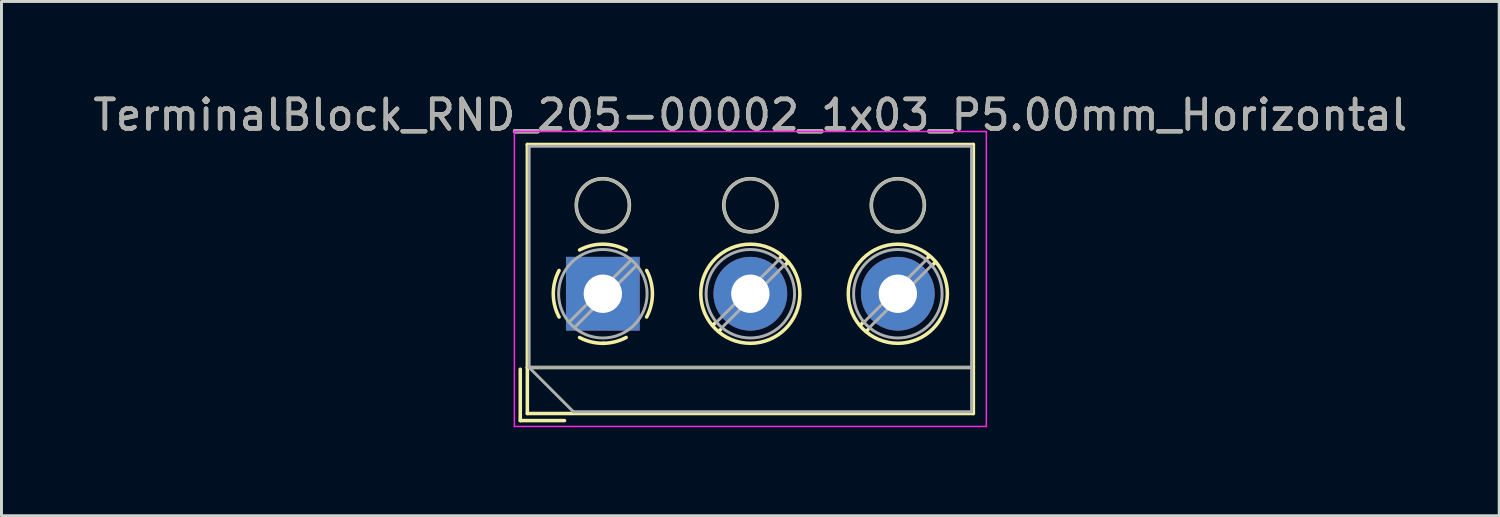
<source format=kicad_pcb>
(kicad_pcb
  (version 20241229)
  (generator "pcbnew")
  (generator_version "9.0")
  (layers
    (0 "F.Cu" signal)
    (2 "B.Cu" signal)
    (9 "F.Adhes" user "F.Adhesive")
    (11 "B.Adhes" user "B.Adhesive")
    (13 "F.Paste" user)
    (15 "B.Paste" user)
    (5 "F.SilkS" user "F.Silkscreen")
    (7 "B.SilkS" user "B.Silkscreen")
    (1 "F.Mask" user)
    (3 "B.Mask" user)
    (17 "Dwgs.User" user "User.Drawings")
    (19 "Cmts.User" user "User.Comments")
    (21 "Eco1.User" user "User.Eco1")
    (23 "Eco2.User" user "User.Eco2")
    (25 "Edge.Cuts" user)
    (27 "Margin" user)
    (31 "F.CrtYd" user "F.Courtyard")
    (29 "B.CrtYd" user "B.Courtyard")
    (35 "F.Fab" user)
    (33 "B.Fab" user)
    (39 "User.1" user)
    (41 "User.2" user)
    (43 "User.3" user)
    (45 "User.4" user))
  (footprint "TerminalBlock_RND_205-00002_1x03_P5.00mm_Horizontal"
    (layer "F.Cu")
    (at 17.387 6.908)
    (property "Reference" "TerminalBlock_RND_205-00002_1x03_P5.00mm_Horizontal" (at 5 -6.06 0) (layer "F.SilkS") (effects (font (size 1 1) (thickness 0.15))))
    (attr through_hole)
    (fp_line (start -2.8 2.56) (end -2.8 4.3) (stroke (width 0.12) (type solid)) (layer "F.SilkS"))
    (fp_line (start -2.8 4.3) (end -1.3 4.3) (stroke (width 0.12) (type solid)) (layer "F.SilkS"))
    (fp_line (start -2.56 -5.06) (end -2.56 4.06) (stroke (width 0.12) (type solid)) (layer "F.SilkS"))
    (fp_line (start -2.56 -5.06) (end 12.56 -5.06) (stroke (width 0.12) (type solid)) (layer "F.SilkS"))
    (fp_line (start -2.56 2.5) (end 12.56 2.5) (stroke (width 0.12) (type solid)) (layer "F.SilkS"))
    (fp_line (start -2.56 4.06) (end 12.56 4.06) (stroke (width 0.12) (type solid)) (layer "F.SilkS"))
    (fp_line (start 3.82 0.976) (end 3.726 1.069) (stroke (width 0.12) (type solid)) (layer "F.SilkS"))
    (fp_line (start 3.99 1.216) (end 3.931 1.274) (stroke (width 0.12) (type solid)) (layer "F.SilkS"))
    (fp_line (start 6.07 -1.275) (end 6.011 -1.216) (stroke (width 0.12) (type solid)) (layer "F.SilkS"))
    (fp_line (start 6.275 -1.069) (end 6.181 -0.976) (stroke (width 0.12) (type solid)) (layer "F.SilkS"))
    (fp_line (start 8.82 0.976) (end 8.726 1.069) (stroke (width 0.12) (type solid)) (layer "F.SilkS"))
    (fp_line (start 8.99 1.216) (end 8.931 1.274) (stroke (width 0.12) (type solid)) (layer "F.SilkS"))
    (fp_line (start 11.07 -1.275) (end 11.011 -1.216) (stroke (width 0.12) (type solid)) (layer "F.SilkS"))
    (fp_line (start 11.275 -1.069) (end 11.181 -0.976) (stroke (width 0.12) (type solid)) (layer "F.SilkS"))
    (fp_line (start 12.56 -5.06) (end 12.56 4.06) (stroke (width 0.12) (type solid)) (layer "F.SilkS"))
    (fp_arc (start -1.483953 0.789089) (mid -1.680708 0.00005) (end -1.484 -0.789) (stroke (width 0.12) (type solid)) (layer "F.SilkS"))
    (fp_arc (start -0.789089 -1.483953) (mid -0.00005 -1.680708) (end 0.789 -1.484) (stroke (width 0.12) (type solid)) (layer "F.SilkS"))
    (fp_arc (start 0.029383 1.68045) (mid -0.392304 1.634281) (end -0.789 1.484) (stroke (width 0.12) (type solid)) (layer "F.SilkS"))
    (fp_arc (start 0.788712 1.483352) (mid 0.406429 1.630097) (end 0 1.68) (stroke (width 0.12) (type solid)) (layer "F.SilkS"))
    (fp_arc (start 1.483953 -0.789089) (mid 1.680708 -0.00005) (end 1.484 0.789) (stroke (width 0.12) (type solid)) (layer "F.SilkS"))
    (fp_circle (center 0 -3) (end 0.9 -3) (stroke (width 0.12) (type solid)) (fill no) (layer "F.SilkS"))
    (fp_circle (center 5 -3) (end 5.9 -3) (stroke (width 0.12) (type solid)) (fill no) (layer "F.SilkS"))
    (fp_circle (center 5 0) (end 6.68 0) (stroke (width 0.12) (type solid)) (fill no) (layer "F.SilkS"))
    (fp_circle (center 10 -3) (end 10.9 -3) (stroke (width 0.12) (type solid)) (fill no) (layer "F.SilkS"))
    (fp_circle (center 10 0) (end 11.68 0) (stroke (width 0.12) (type solid)) (fill no) (layer "F.SilkS"))
    (fp_line (start -3 -5.5) (end -3 4.5) (stroke (width 0.05) (type solid)) (layer "F.CrtYd"))
    (fp_line (start -3 4.5) (end 13 4.5) (stroke (width 0.05) (type solid)) (layer "F.CrtYd"))
    (fp_line (start 13 -5.5) (end -3 -5.5) (stroke (width 0.05) (type solid)) (layer "F.CrtYd"))
    (fp_line (start 13 4.5) (end 13 -5.5) (stroke (width 0.05) (type solid)) (layer "F.CrtYd"))
    (fp_line (start -2.5 -5) (end 12.5 -5) (stroke (width 0.1) (type solid)) (layer "F.Fab"))
    (fp_line (start -2.5 2.5) (end -2.5 -5) (stroke (width 0.1) (type solid)) (layer "F.Fab"))
    (fp_line (start -2.5 2.5) (end 12.5 2.5) (stroke (width 0.1) (type solid)) (layer "F.Fab"))
    (fp_line (start -1 4) (end -2.5 2.5) (stroke (width 0.1) (type solid)) (layer "F.Fab"))
    (fp_line (start 0.955 -1.138) (end -1.138 0.955) (stroke (width 0.1) (type solid)) (layer "F.Fab"))
    (fp_line (start 1.138 -0.955) (end -0.955 1.138) (stroke (width 0.1) (type solid)) (layer "F.Fab"))
    (fp_line (start 5.955 -1.138) (end 3.863 0.955) (stroke (width 0.1) (type solid)) (layer "F.Fab"))
    (fp_line (start 6.138 -0.955) (end 4.046 1.138) (stroke (width 0.1) (type solid)) (layer "F.Fab"))
    (fp_line (start 10.955 -1.138) (end 8.863 0.955) (stroke (width 0.1) (type solid)) (layer "F.Fab"))
    (fp_line (start 11.138 -0.955) (end 9.046 1.138) (stroke (width 0.1) (type solid)) (layer "F.Fab"))
    (fp_line (start 12.5 -5) (end 12.5 4) (stroke (width 0.1) (type solid)) (layer "F.Fab"))
    (fp_line (start 12.5 4) (end -1 4) (stroke (width 0.1) (type solid)) (layer "F.Fab"))
    (fp_circle (center 0 -3) (end 0.9 -3) (stroke (width 0.1) (type solid)) (fill no) (layer "F.Fab"))
    (fp_circle (center 0 0) (end 1.5 0) (stroke (width 0.1) (type solid)) (fill no) (layer "F.Fab"))
    (fp_circle (center 5 -3) (end 5.9 -3) (stroke (width 0.1) (type solid)) (fill no) (layer "F.Fab"))
    (fp_circle (center 5 0) (end 6.5 0) (stroke (width 0.1) (type solid)) (fill no) (layer "F.Fab"))
    (fp_circle (center 10 -3) (end 10.9 -3) (stroke (width 0.1) (type solid)) (fill no) (layer "F.Fab"))
    (fp_circle (center 10 0) (end 11.5 0) (stroke (width 0.1) (type solid)) (fill no) (layer "F.Fab"))
    (fp_text user "${REFERENCE}" (at 5 -6.06 0) (layer "F.Fab") (effects (font (size 1 1) (thickness 0.15))))
    (pad "1" thru_hole rect (at 0 0) (size 2.5 2.5) (drill 1.3) (layers "*.Cu" "*.Mask"))
    (pad "2" thru_hole circle (at 5 0) (size 2.5 2.5) (drill 1.3) (layers "*.Cu" "*.Mask"))
    (pad "3" thru_hole circle (at 10 0) (size 2.5 2.5) (drill 1.3) (layers "*.Cu" "*.Mask")))
  (gr_rect
    (start -3 -3)
    (end 47.774 14.433)
    (stroke (width 0.1) (type default))
    (fill no)
    (layer "Edge.Cuts")))
</source>
